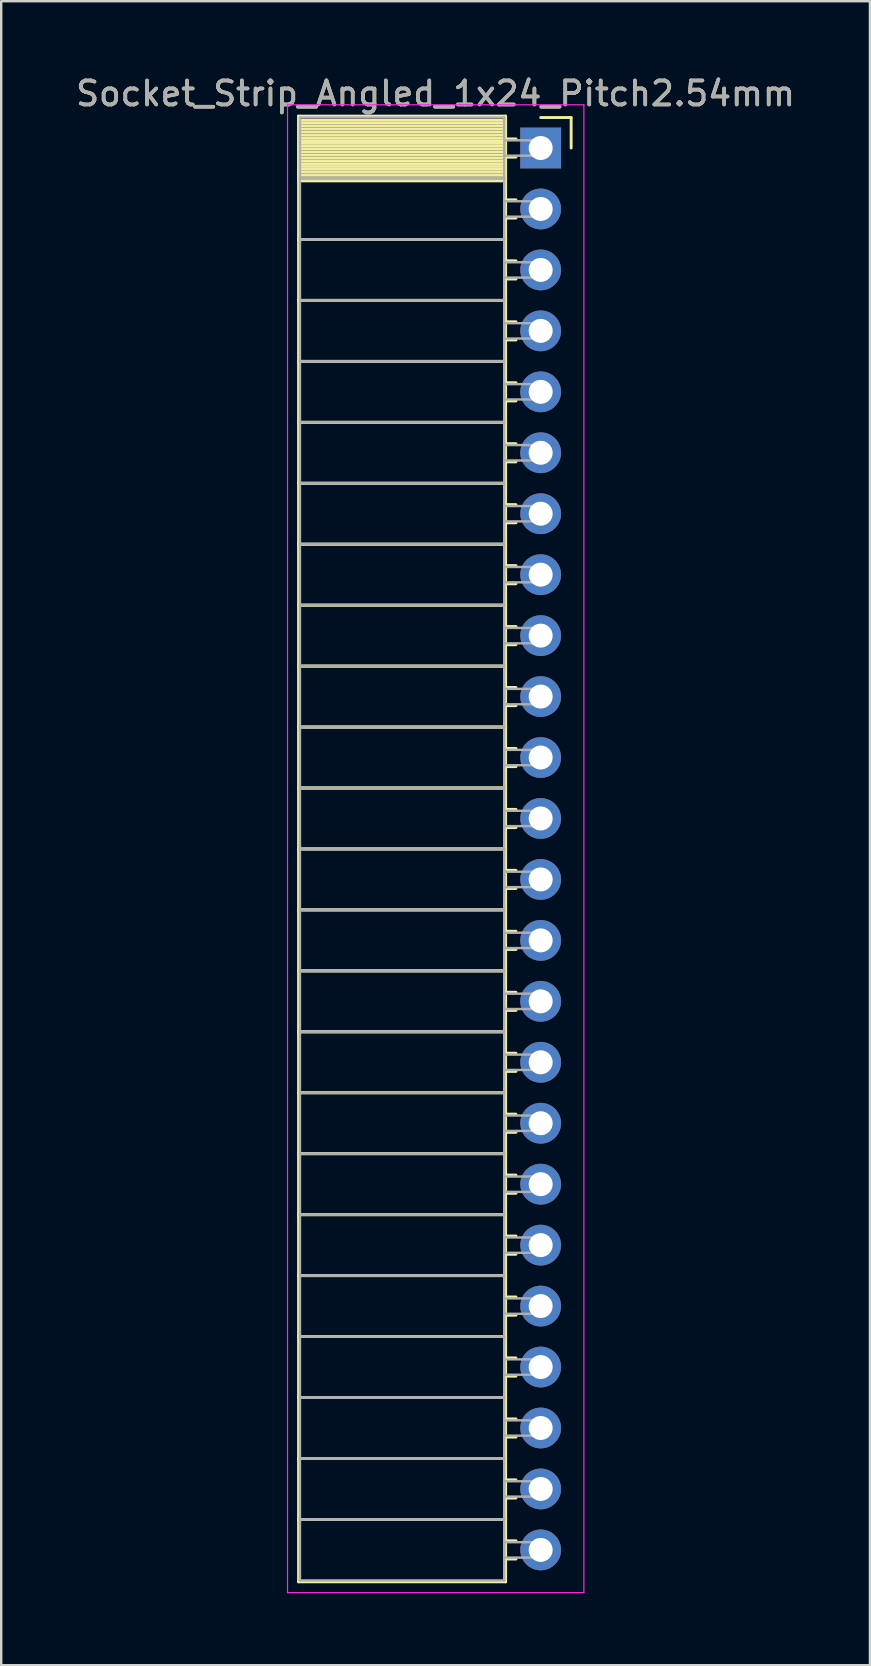
<source format=kicad_pcb>
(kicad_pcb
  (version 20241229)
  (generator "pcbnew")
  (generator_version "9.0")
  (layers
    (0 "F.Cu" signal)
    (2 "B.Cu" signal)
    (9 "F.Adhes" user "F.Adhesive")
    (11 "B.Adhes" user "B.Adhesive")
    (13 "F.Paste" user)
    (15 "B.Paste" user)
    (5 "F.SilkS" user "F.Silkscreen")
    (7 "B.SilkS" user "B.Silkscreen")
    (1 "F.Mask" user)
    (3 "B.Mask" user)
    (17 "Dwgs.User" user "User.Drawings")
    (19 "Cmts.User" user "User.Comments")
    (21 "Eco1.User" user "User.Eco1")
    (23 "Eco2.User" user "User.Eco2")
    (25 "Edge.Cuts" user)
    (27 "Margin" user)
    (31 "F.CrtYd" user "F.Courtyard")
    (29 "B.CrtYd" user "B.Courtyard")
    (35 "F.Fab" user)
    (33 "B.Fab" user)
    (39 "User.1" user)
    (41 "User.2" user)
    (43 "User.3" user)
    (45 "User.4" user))
  (footprint "Socket_Strip_Angled_1x24_Pitch2.54mm"
    (layer "F.Cu")
    (at 19.481 3.118)
    (property "Reference" "Socket_Strip_Angled_1x24_Pitch2.54mm" (at -4.38 -2.27 0) (layer "F.SilkS") (effects (font (size 1 1) (thickness 0.15))))
    (attr through_hole)
    (fp_line (start -10.09 -1.33) (end -1.46 -1.33) (stroke (width 0.12) (type solid)) (layer "F.SilkS"))
    (fp_line (start -10.09 1.27) (end -10.09 -1.33) (stroke (width 0.12) (type solid)) (layer "F.SilkS"))
    (fp_line (start -10.09 1.27) (end -1.46 1.27) (stroke (width 0.12) (type solid)) (layer "F.SilkS"))
    (fp_line (start -10.09 3.81) (end -10.09 1.27) (stroke (width 0.12) (type solid)) (layer "F.SilkS"))
    (fp_line (start -10.09 3.81) (end -1.46 3.81) (stroke (width 0.12) (type solid)) (layer "F.SilkS"))
    (fp_line (start -10.09 6.35) (end -10.09 3.81) (stroke (width 0.12) (type solid)) (layer "F.SilkS"))
    (fp_line (start -10.09 6.35) (end -1.46 6.35) (stroke (width 0.12) (type solid)) (layer "F.SilkS"))
    (fp_line (start -10.09 8.89) (end -10.09 6.35) (stroke (width 0.12) (type solid)) (layer "F.SilkS"))
    (fp_line (start -10.09 8.89) (end -1.46 8.89) (stroke (width 0.12) (type solid)) (layer "F.SilkS"))
    (fp_line (start -10.09 11.43) (end -10.09 8.89) (stroke (width 0.12) (type solid)) (layer "F.SilkS"))
    (fp_line (start -10.09 11.43) (end -1.46 11.43) (stroke (width 0.12) (type solid)) (layer "F.SilkS"))
    (fp_line (start -10.09 13.97) (end -10.09 11.43) (stroke (width 0.12) (type solid)) (layer "F.SilkS"))
    (fp_line (start -10.09 13.97) (end -1.46 13.97) (stroke (width 0.12) (type solid)) (layer "F.SilkS"))
    (fp_line (start -10.09 16.51) (end -10.09 13.97) (stroke (width 0.12) (type solid)) (layer "F.SilkS"))
    (fp_line (start -10.09 16.51) (end -1.46 16.51) (stroke (width 0.12) (type solid)) (layer "F.SilkS"))
    (fp_line (start -10.09 19.05) (end -10.09 16.51) (stroke (width 0.12) (type solid)) (layer "F.SilkS"))
    (fp_line (start -10.09 19.05) (end -1.46 19.05) (stroke (width 0.12) (type solid)) (layer "F.SilkS"))
    (fp_line (start -10.09 21.59) (end -10.09 19.05) (stroke (width 0.12) (type solid)) (layer "F.SilkS"))
    (fp_line (start -10.09 21.59) (end -1.46 21.59) (stroke (width 0.12) (type solid)) (layer "F.SilkS"))
    (fp_line (start -10.09 24.13) (end -10.09 21.59) (stroke (width 0.12) (type solid)) (layer "F.SilkS"))
    (fp_line (start -10.09 24.13) (end -1.46 24.13) (stroke (width 0.12) (type solid)) (layer "F.SilkS"))
    (fp_line (start -10.09 26.67) (end -10.09 24.13) (stroke (width 0.12) (type solid)) (layer "F.SilkS"))
    (fp_line (start -10.09 26.67) (end -1.46 26.67) (stroke (width 0.12) (type solid)) (layer "F.SilkS"))
    (fp_line (start -10.09 29.21) (end -10.09 26.67) (stroke (width 0.12) (type solid)) (layer "F.SilkS"))
    (fp_line (start -10.09 29.21) (end -1.46 29.21) (stroke (width 0.12) (type solid)) (layer "F.SilkS"))
    (fp_line (start -10.09 31.75) (end -10.09 29.21) (stroke (width 0.12) (type solid)) (layer "F.SilkS"))
    (fp_line (start -10.09 31.75) (end -1.46 31.75) (stroke (width 0.12) (type solid)) (layer "F.SilkS"))
    (fp_line (start -10.09 34.29) (end -10.09 31.75) (stroke (width 0.12) (type solid)) (layer "F.SilkS"))
    (fp_line (start -10.09 34.29) (end -1.46 34.29) (stroke (width 0.12) (type solid)) (layer "F.SilkS"))
    (fp_line (start -10.09 36.83) (end -10.09 34.29) (stroke (width 0.12) (type solid)) (layer "F.SilkS"))
    (fp_line (start -10.09 36.83) (end -1.46 36.83) (stroke (width 0.12) (type solid)) (layer "F.SilkS"))
    (fp_line (start -10.09 39.37) (end -10.09 36.83) (stroke (width 0.12) (type solid)) (layer "F.SilkS"))
    (fp_line (start -10.09 39.37) (end -1.46 39.37) (stroke (width 0.12) (type solid)) (layer "F.SilkS"))
    (fp_line (start -10.09 41.91) (end -10.09 39.37) (stroke (width 0.12) (type solid)) (layer "F.SilkS"))
    (fp_line (start -10.09 41.91) (end -1.46 41.91) (stroke (width 0.12) (type solid)) (layer "F.SilkS"))
    (fp_line (start -10.09 44.45) (end -10.09 41.91) (stroke (width 0.12) (type solid)) (layer "F.SilkS"))
    (fp_line (start -10.09 44.45) (end -1.46 44.45) (stroke (width 0.12) (type solid)) (layer "F.SilkS"))
    (fp_line (start -10.09 46.99) (end -10.09 44.45) (stroke (width 0.12) (type solid)) (layer "F.SilkS"))
    (fp_line (start -10.09 46.99) (end -1.46 46.99) (stroke (width 0.12) (type solid)) (layer "F.SilkS"))
    (fp_line (start -10.09 49.53) (end -10.09 46.99) (stroke (width 0.12) (type solid)) (layer "F.SilkS"))
    (fp_line (start -10.09 49.53) (end -1.46 49.53) (stroke (width 0.12) (type solid)) (layer "F.SilkS"))
    (fp_line (start -10.09 52.07) (end -10.09 49.53) (stroke (width 0.12) (type solid)) (layer "F.SilkS"))
    (fp_line (start -10.09 52.07) (end -1.46 52.07) (stroke (width 0.12) (type solid)) (layer "F.SilkS"))
    (fp_line (start -10.09 54.61) (end -10.09 52.07) (stroke (width 0.12) (type solid)) (layer "F.SilkS"))
    (fp_line (start -10.09 54.61) (end -1.46 54.61) (stroke (width 0.12) (type solid)) (layer "F.SilkS"))
    (fp_line (start -10.09 57.15) (end -10.09 54.61) (stroke (width 0.12) (type solid)) (layer "F.SilkS"))
    (fp_line (start -10.09 57.15) (end -1.46 57.15) (stroke (width 0.12) (type solid)) (layer "F.SilkS"))
    (fp_line (start -10.09 59.75) (end -10.09 57.15) (stroke (width 0.12) (type solid)) (layer "F.SilkS"))
    (fp_line (start -1.46 -1.33) (end -1.46 1.27) (stroke (width 0.12) (type solid)) (layer "F.SilkS"))
    (fp_line (start -1.46 -1.15) (end -10.09 -1.15) (stroke (width 0.12) (type solid)) (layer "F.SilkS"))
    (fp_line (start -1.46 -1.03) (end -10.09 -1.03) (stroke (width 0.12) (type solid)) (layer "F.SilkS"))
    (fp_line (start -1.46 -0.91) (end -10.09 -0.91) (stroke (width 0.12) (type solid)) (layer "F.SilkS"))
    (fp_line (start -1.46 -0.79) (end -10.09 -0.79) (stroke (width 0.12) (type solid)) (layer "F.SilkS"))
    (fp_line (start -1.46 -0.67) (end -10.09 -0.67) (stroke (width 0.12) (type solid)) (layer "F.SilkS"))
    (fp_line (start -1.46 -0.55) (end -10.09 -0.55) (stroke (width 0.12) (type solid)) (layer "F.SilkS"))
    (fp_line (start -1.46 -0.43) (end -10.09 -0.43) (stroke (width 0.12) (type solid)) (layer "F.SilkS"))
    (fp_line (start -1.46 -0.31) (end -10.09 -0.31) (stroke (width 0.12) (type solid)) (layer "F.SilkS"))
    (fp_line (start -1.46 -0.19) (end -10.09 -0.19) (stroke (width 0.12) (type solid)) (layer "F.SilkS"))
    (fp_line (start -1.46 -0.07) (end -10.09 -0.07) (stroke (width 0.12) (type solid)) (layer "F.SilkS"))
    (fp_line (start -1.46 0.05) (end -10.09 0.05) (stroke (width 0.12) (type solid)) (layer "F.SilkS"))
    (fp_line (start -1.46 0.17) (end -10.09 0.17) (stroke (width 0.12) (type solid)) (layer "F.SilkS"))
    (fp_line (start -1.46 0.29) (end -10.09 0.29) (stroke (width 0.12) (type solid)) (layer "F.SilkS"))
    (fp_line (start -1.46 0.41) (end -10.09 0.41) (stroke (width 0.12) (type solid)) (layer "F.SilkS"))
    (fp_line (start -1.46 0.53) (end -10.09 0.53) (stroke (width 0.12) (type solid)) (layer "F.SilkS"))
    (fp_line (start -1.46 0.65) (end -10.09 0.65) (stroke (width 0.12) (type solid)) (layer "F.SilkS"))
    (fp_line (start -1.46 0.77) (end -10.09 0.77) (stroke (width 0.12) (type solid)) (layer "F.SilkS"))
    (fp_line (start -1.46 0.89) (end -10.09 0.89) (stroke (width 0.12) (type solid)) (layer "F.SilkS"))
    (fp_line (start -1.46 1.01) (end -10.09 1.01) (stroke (width 0.12) (type solid)) (layer "F.SilkS"))
    (fp_line (start -1.46 1.13) (end -10.09 1.13) (stroke (width 0.12) (type solid)) (layer "F.SilkS"))
    (fp_line (start -1.46 1.25) (end -10.09 1.25) (stroke (width 0.12) (type solid)) (layer "F.SilkS"))
    (fp_line (start -1.46 1.27) (end -10.09 1.27) (stroke (width 0.12) (type solid)) (layer "F.SilkS"))
    (fp_line (start -1.46 1.27) (end -1.46 3.81) (stroke (width 0.12) (type solid)) (layer "F.SilkS"))
    (fp_line (start -1.46 1.37) (end -10.09 1.37) (stroke (width 0.12) (type solid)) (layer "F.SilkS"))
    (fp_line (start -1.46 3.81) (end -10.09 3.81) (stroke (width 0.12) (type solid)) (layer "F.SilkS"))
    (fp_line (start -1.46 3.81) (end -1.46 6.35) (stroke (width 0.12) (type solid)) (layer "F.SilkS"))
    (fp_line (start -1.46 6.35) (end -10.09 6.35) (stroke (width 0.12) (type solid)) (layer "F.SilkS"))
    (fp_line (start -1.46 6.35) (end -1.46 8.89) (stroke (width 0.12) (type solid)) (layer "F.SilkS"))
    (fp_line (start -1.46 8.89) (end -10.09 8.89) (stroke (width 0.12) (type solid)) (layer "F.SilkS"))
    (fp_line (start -1.46 8.89) (end -1.46 11.43) (stroke (width 0.12) (type solid)) (layer "F.SilkS"))
    (fp_line (start -1.46 11.43) (end -10.09 11.43) (stroke (width 0.12) (type solid)) (layer "F.SilkS"))
    (fp_line (start -1.46 11.43) (end -1.46 13.97) (stroke (width 0.12) (type solid)) (layer "F.SilkS"))
    (fp_line (start -1.46 13.97) (end -10.09 13.97) (stroke (width 0.12) (type solid)) (layer "F.SilkS"))
    (fp_line (start -1.46 13.97) (end -1.46 16.51) (stroke (width 0.12) (type solid)) (layer "F.SilkS"))
    (fp_line (start -1.46 16.51) (end -10.09 16.51) (stroke (width 0.12) (type solid)) (layer "F.SilkS"))
    (fp_line (start -1.46 16.51) (end -1.46 19.05) (stroke (width 0.12) (type solid)) (layer "F.SilkS"))
    (fp_line (start -1.46 19.05) (end -10.09 19.05) (stroke (width 0.12) (type solid)) (layer "F.SilkS"))
    (fp_line (start -1.46 19.05) (end -1.46 21.59) (stroke (width 0.12) (type solid)) (layer "F.SilkS"))
    (fp_line (start -1.46 21.59) (end -10.09 21.59) (stroke (width 0.12) (type solid)) (layer "F.SilkS"))
    (fp_line (start -1.46 21.59) (end -1.46 24.13) (stroke (width 0.12) (type solid)) (layer "F.SilkS"))
    (fp_line (start -1.46 24.13) (end -10.09 24.13) (stroke (width 0.12) (type solid)) (layer "F.SilkS"))
    (fp_line (start -1.46 24.13) (end -1.46 26.67) (stroke (width 0.12) (type solid)) (layer "F.SilkS"))
    (fp_line (start -1.46 26.67) (end -10.09 26.67) (stroke (width 0.12) (type solid)) (layer "F.SilkS"))
    (fp_line (start -1.46 26.67) (end -1.46 29.21) (stroke (width 0.12) (type solid)) (layer "F.SilkS"))
    (fp_line (start -1.46 29.21) (end -10.09 29.21) (stroke (width 0.12) (type solid)) (layer "F.SilkS"))
    (fp_line (start -1.46 29.21) (end -1.46 31.75) (stroke (width 0.12) (type solid)) (layer "F.SilkS"))
    (fp_line (start -1.46 31.75) (end -10.09 31.75) (stroke (width 0.12) (type solid)) (layer "F.SilkS"))
    (fp_line (start -1.46 31.75) (end -1.46 34.29) (stroke (width 0.12) (type solid)) (layer "F.SilkS"))
    (fp_line (start -1.46 34.29) (end -10.09 34.29) (stroke (width 0.12) (type solid)) (layer "F.SilkS"))
    (fp_line (start -1.46 34.29) (end -1.46 36.83) (stroke (width 0.12) (type solid)) (layer "F.SilkS"))
    (fp_line (start -1.46 36.83) (end -10.09 36.83) (stroke (width 0.12) (type solid)) (layer "F.SilkS"))
    (fp_line (start -1.46 36.83) (end -1.46 39.37) (stroke (width 0.12) (type solid)) (layer "F.SilkS"))
    (fp_line (start -1.46 39.37) (end -10.09 39.37) (stroke (width 0.12) (type solid)) (layer "F.SilkS"))
    (fp_line (start -1.46 39.37) (end -1.46 41.91) (stroke (width 0.12) (type solid)) (layer "F.SilkS"))
    (fp_line (start -1.46 41.91) (end -10.09 41.91) (stroke (width 0.12) (type solid)) (layer "F.SilkS"))
    (fp_line (start -1.46 41.91) (end -1.46 44.45) (stroke (width 0.12) (type solid)) (layer "F.SilkS"))
    (fp_line (start -1.46 44.45) (end -10.09 44.45) (stroke (width 0.12) (type solid)) (layer "F.SilkS"))
    (fp_line (start -1.46 44.45) (end -1.46 46.99) (stroke (width 0.12) (type solid)) (layer "F.SilkS"))
    (fp_line (start -1.46 46.99) (end -10.09 46.99) (stroke (width 0.12) (type solid)) (layer "F.SilkS"))
    (fp_line (start -1.46 46.99) (end -1.46 49.53) (stroke (width 0.12) (type solid)) (layer "F.SilkS"))
    (fp_line (start -1.46 49.53) (end -10.09 49.53) (stroke (width 0.12) (type solid)) (layer "F.SilkS"))
    (fp_line (start -1.46 49.53) (end -1.46 52.07) (stroke (width 0.12) (type solid)) (layer "F.SilkS"))
    (fp_line (start -1.46 52.07) (end -10.09 52.07) (stroke (width 0.12) (type solid)) (layer "F.SilkS"))
    (fp_line (start -1.46 52.07) (end -1.46 54.61) (stroke (width 0.12) (type solid)) (layer "F.SilkS"))
    (fp_line (start -1.46 54.61) (end -10.09 54.61) (stroke (width 0.12) (type solid)) (layer "F.SilkS"))
    (fp_line (start -1.46 54.61) (end -1.46 57.15) (stroke (width 0.12) (type solid)) (layer "F.SilkS"))
    (fp_line (start -1.46 57.15) (end -10.09 57.15) (stroke (width 0.12) (type solid)) (layer "F.SilkS"))
    (fp_line (start -1.46 57.15) (end -1.46 59.75) (stroke (width 0.12) (type solid)) (layer "F.SilkS"))
    (fp_line (start -1.46 59.75) (end -10.09 59.75) (stroke (width 0.12) (type solid)) (layer "F.SilkS"))
    (fp_line (start -1.03 -0.38) (end -1.46 -0.38) (stroke (width 0.12) (type solid)) (layer "F.SilkS"))
    (fp_line (start -1.03 0.38) (end -1.46 0.38) (stroke (width 0.12) (type solid)) (layer "F.SilkS"))
    (fp_line (start -1.03 2.16) (end -1.46 2.16) (stroke (width 0.12) (type solid)) (layer "F.SilkS"))
    (fp_line (start -1.03 2.92) (end -1.46 2.92) (stroke (width 0.12) (type solid)) (layer "F.SilkS"))
    (fp_line (start -1.03 4.7) (end -1.46 4.7) (stroke (width 0.12) (type solid)) (layer "F.SilkS"))
    (fp_line (start -1.03 5.46) (end -1.46 5.46) (stroke (width 0.12) (type solid)) (layer "F.SilkS"))
    (fp_line (start -1.03 7.24) (end -1.46 7.24) (stroke (width 0.12) (type solid)) (layer "F.SilkS"))
    (fp_line (start -1.03 8) (end -1.46 8) (stroke (width 0.12) (type solid)) (layer "F.SilkS"))
    (fp_line (start -1.03 9.78) (end -1.46 9.78) (stroke (width 0.12) (type solid)) (layer "F.SilkS"))
    (fp_line (start -1.03 10.54) (end -1.46 10.54) (stroke (width 0.12) (type solid)) (layer "F.SilkS"))
    (fp_line (start -1.03 12.32) (end -1.46 12.32) (stroke (width 0.12) (type solid)) (layer "F.SilkS"))
    (fp_line (start -1.03 13.08) (end -1.46 13.08) (stroke (width 0.12) (type solid)) (layer "F.SilkS"))
    (fp_line (start -1.03 14.86) (end -1.46 14.86) (stroke (width 0.12) (type solid)) (layer "F.SilkS"))
    (fp_line (start -1.03 15.62) (end -1.46 15.62) (stroke (width 0.12) (type solid)) (layer "F.SilkS"))
    (fp_line (start -1.03 17.4) (end -1.46 17.4) (stroke (width 0.12) (type solid)) (layer "F.SilkS"))
    (fp_line (start -1.03 18.16) (end -1.46 18.16) (stroke (width 0.12) (type solid)) (layer "F.SilkS"))
    (fp_line (start -1.03 19.94) (end -1.46 19.94) (stroke (width 0.12) (type solid)) (layer "F.SilkS"))
    (fp_line (start -1.03 20.7) (end -1.46 20.7) (stroke (width 0.12) (type solid)) (layer "F.SilkS"))
    (fp_line (start -1.03 22.48) (end -1.46 22.48) (stroke (width 0.12) (type solid)) (layer "F.SilkS"))
    (fp_line (start -1.03 23.24) (end -1.46 23.24) (stroke (width 0.12) (type solid)) (layer "F.SilkS"))
    (fp_line (start -1.03 25.02) (end -1.46 25.02) (stroke (width 0.12) (type solid)) (layer "F.SilkS"))
    (fp_line (start -1.03 25.78) (end -1.46 25.78) (stroke (width 0.12) (type solid)) (layer "F.SilkS"))
    (fp_line (start -1.03 27.56) (end -1.46 27.56) (stroke (width 0.12) (type solid)) (layer "F.SilkS"))
    (fp_line (start -1.03 28.32) (end -1.46 28.32) (stroke (width 0.12) (type solid)) (layer "F.SilkS"))
    (fp_line (start -1.03 30.1) (end -1.46 30.1) (stroke (width 0.12) (type solid)) (layer "F.SilkS"))
    (fp_line (start -1.03 30.86) (end -1.46 30.86) (stroke (width 0.12) (type solid)) (layer "F.SilkS"))
    (fp_line (start -1.03 32.64) (end -1.46 32.64) (stroke (width 0.12) (type solid)) (layer "F.SilkS"))
    (fp_line (start -1.03 33.4) (end -1.46 33.4) (stroke (width 0.12) (type solid)) (layer "F.SilkS"))
    (fp_line (start -1.03 35.18) (end -1.46 35.18) (stroke (width 0.12) (type solid)) (layer "F.SilkS"))
    (fp_line (start -1.03 35.94) (end -1.46 35.94) (stroke (width 0.12) (type solid)) (layer "F.SilkS"))
    (fp_line (start -1.03 37.72) (end -1.46 37.72) (stroke (width 0.12) (type solid)) (layer "F.SilkS"))
    (fp_line (start -1.03 38.48) (end -1.46 38.48) (stroke (width 0.12) (type solid)) (layer "F.SilkS"))
    (fp_line (start -1.03 40.26) (end -1.46 40.26) (stroke (width 0.12) (type solid)) (layer "F.SilkS"))
    (fp_line (start -1.03 41.02) (end -1.46 41.02) (stroke (width 0.12) (type solid)) (layer "F.SilkS"))
    (fp_line (start -1.03 42.8) (end -1.46 42.8) (stroke (width 0.12) (type solid)) (layer "F.SilkS"))
    (fp_line (start -1.03 43.56) (end -1.46 43.56) (stroke (width 0.12) (type solid)) (layer "F.SilkS"))
    (fp_line (start -1.03 45.34) (end -1.46 45.34) (stroke (width 0.12) (type solid)) (layer "F.SilkS"))
    (fp_line (start -1.03 46.1) (end -1.46 46.1) (stroke (width 0.12) (type solid)) (layer "F.SilkS"))
    (fp_line (start -1.03 47.88) (end -1.46 47.88) (stroke (width 0.12) (type solid)) (layer "F.SilkS"))
    (fp_line (start -1.03 48.64) (end -1.46 48.64) (stroke (width 0.12) (type solid)) (layer "F.SilkS"))
    (fp_line (start -1.03 50.42) (end -1.46 50.42) (stroke (width 0.12) (type solid)) (layer "F.SilkS"))
    (fp_line (start -1.03 51.18) (end -1.46 51.18) (stroke (width 0.12) (type solid)) (layer "F.SilkS"))
    (fp_line (start -1.03 52.96) (end -1.46 52.96) (stroke (width 0.12) (type solid)) (layer "F.SilkS"))
    (fp_line (start -1.03 53.72) (end -1.46 53.72) (stroke (width 0.12) (type solid)) (layer "F.SilkS"))
    (fp_line (start -1.03 55.5) (end -1.46 55.5) (stroke (width 0.12) (type solid)) (layer "F.SilkS"))
    (fp_line (start -1.03 56.26) (end -1.46 56.26) (stroke (width 0.12) (type solid)) (layer "F.SilkS"))
    (fp_line (start -1.03 58.04) (end -1.46 58.04) (stroke (width 0.12) (type solid)) (layer "F.SilkS"))
    (fp_line (start -1.03 58.8) (end -1.46 58.8) (stroke (width 0.12) (type solid)) (layer "F.SilkS"))
    (fp_line (start 0 -1.27) (end 1.27 -1.27) (stroke (width 0.12) (type solid)) (layer "F.SilkS"))
    (fp_line (start 1.27 -1.27) (end 1.27 0) (stroke (width 0.12) (type solid)) (layer "F.SilkS"))
    (fp_line (start -10.55 -1.8) (end 1.8 -1.8) (stroke (width 0.05) (type solid)) (layer "F.CrtYd"))
    (fp_line (start -10.55 60.2) (end -10.55 -1.8) (stroke (width 0.05) (type solid)) (layer "F.CrtYd"))
    (fp_line (start 1.8 -1.8) (end 1.8 60.2) (stroke (width 0.05) (type solid)) (layer "F.CrtYd"))
    (fp_line (start 1.8 60.2) (end -10.55 60.2) (stroke (width 0.05) (type solid)) (layer "F.CrtYd"))
    (fp_line (start -10.03 -1.27) (end -1.52 -1.27) (stroke (width 0.1) (type solid)) (layer "F.Fab"))
    (fp_line (start -10.03 1.27) (end -10.03 -1.27) (stroke (width 0.1) (type solid)) (layer "F.Fab"))
    (fp_line (start -10.03 1.27) (end -1.52 1.27) (stroke (width 0.1) (type solid)) (layer "F.Fab"))
    (fp_line (start -10.03 3.81) (end -10.03 1.27) (stroke (width 0.1) (type solid)) (layer "F.Fab"))
    (fp_line (start -10.03 3.81) (end -1.52 3.81) (stroke (width 0.1) (type solid)) (layer "F.Fab"))
    (fp_line (start -10.03 6.35) (end -10.03 3.81) (stroke (width 0.1) (type solid)) (layer "F.Fab"))
    (fp_line (start -10.03 6.35) (end -1.52 6.35) (stroke (width 0.1) (type solid)) (layer "F.Fab"))
    (fp_line (start -10.03 8.89) (end -10.03 6.35) (stroke (width 0.1) (type solid)) (layer "F.Fab"))
    (fp_line (start -10.03 8.89) (end -1.52 8.89) (stroke (width 0.1) (type solid)) (layer "F.Fab"))
    (fp_line (start -10.03 11.43) (end -10.03 8.89) (stroke (width 0.1) (type solid)) (layer "F.Fab"))
    (fp_line (start -10.03 11.43) (end -1.52 11.43) (stroke (width 0.1) (type solid)) (layer "F.Fab"))
    (fp_line (start -10.03 13.97) (end -10.03 11.43) (stroke (width 0.1) (type solid)) (layer "F.Fab"))
    (fp_line (start -10.03 13.97) (end -1.52 13.97) (stroke (width 0.1) (type solid)) (layer "F.Fab"))
    (fp_line (start -10.03 16.51) (end -10.03 13.97) (stroke (width 0.1) (type solid)) (layer "F.Fab"))
    (fp_line (start -10.03 16.51) (end -1.52 16.51) (stroke (width 0.1) (type solid)) (layer "F.Fab"))
    (fp_line (start -10.03 19.05) (end -10.03 16.51) (stroke (width 0.1) (type solid)) (layer "F.Fab"))
    (fp_line (start -10.03 19.05) (end -1.52 19.05) (stroke (width 0.1) (type solid)) (layer "F.Fab"))
    (fp_line (start -10.03 21.59) (end -10.03 19.05) (stroke (width 0.1) (type solid)) (layer "F.Fab"))
    (fp_line (start -10.03 21.59) (end -1.52 21.59) (stroke (width 0.1) (type solid)) (layer "F.Fab"))
    (fp_line (start -10.03 24.13) (end -10.03 21.59) (stroke (width 0.1) (type solid)) (layer "F.Fab"))
    (fp_line (start -10.03 24.13) (end -1.52 24.13) (stroke (width 0.1) (type solid)) (layer "F.Fab"))
    (fp_line (start -10.03 26.67) (end -10.03 24.13) (stroke (width 0.1) (type solid)) (layer "F.Fab"))
    (fp_line (start -10.03 26.67) (end -1.52 26.67) (stroke (width 0.1) (type solid)) (layer "F.Fab"))
    (fp_line (start -10.03 29.21) (end -10.03 26.67) (stroke (width 0.1) (type solid)) (layer "F.Fab"))
    (fp_line (start -10.03 29.21) (end -1.52 29.21) (stroke (width 0.1) (type solid)) (layer "F.Fab"))
    (fp_line (start -10.03 31.75) (end -10.03 29.21) (stroke (width 0.1) (type solid)) (layer "F.Fab"))
    (fp_line (start -10.03 31.75) (end -1.52 31.75) (stroke (width 0.1) (type solid)) (layer "F.Fab"))
    (fp_line (start -10.03 34.29) (end -10.03 31.75) (stroke (width 0.1) (type solid)) (layer "F.Fab"))
    (fp_line (start -10.03 34.29) (end -1.52 34.29) (stroke (width 0.1) (type solid)) (layer "F.Fab"))
    (fp_line (start -10.03 36.83) (end -10.03 34.29) (stroke (width 0.1) (type solid)) (layer "F.Fab"))
    (fp_line (start -10.03 36.83) (end -1.52 36.83) (stroke (width 0.1) (type solid)) (layer "F.Fab"))
    (fp_line (start -10.03 39.37) (end -10.03 36.83) (stroke (width 0.1) (type solid)) (layer "F.Fab"))
    (fp_line (start -10.03 39.37) (end -1.52 39.37) (stroke (width 0.1) (type solid)) (layer "F.Fab"))
    (fp_line (start -10.03 41.91) (end -10.03 39.37) (stroke (width 0.1) (type solid)) (layer "F.Fab"))
    (fp_line (start -10.03 41.91) (end -1.52 41.91) (stroke (width 0.1) (type solid)) (layer "F.Fab"))
    (fp_line (start -10.03 44.45) (end -10.03 41.91) (stroke (width 0.1) (type solid)) (layer "F.Fab"))
    (fp_line (start -10.03 44.45) (end -1.52 44.45) (stroke (width 0.1) (type solid)) (layer "F.Fab"))
    (fp_line (start -10.03 46.99) (end -10.03 44.45) (stroke (width 0.1) (type solid)) (layer "F.Fab"))
    (fp_line (start -10.03 46.99) (end -1.52 46.99) (stroke (width 0.1) (type solid)) (layer "F.Fab"))
    (fp_line (start -10.03 49.53) (end -10.03 46.99) (stroke (width 0.1) (type solid)) (layer "F.Fab"))
    (fp_line (start -10.03 49.53) (end -1.52 49.53) (stroke (width 0.1) (type solid)) (layer "F.Fab"))
    (fp_line (start -10.03 52.07) (end -10.03 49.53) (stroke (width 0.1) (type solid)) (layer "F.Fab"))
    (fp_line (start -10.03 52.07) (end -1.52 52.07) (stroke (width 0.1) (type solid)) (layer "F.Fab"))
    (fp_line (start -10.03 54.61) (end -10.03 52.07) (stroke (width 0.1) (type solid)) (layer "F.Fab"))
    (fp_line (start -10.03 54.61) (end -1.52 54.61) (stroke (width 0.1) (type solid)) (layer "F.Fab"))
    (fp_line (start -10.03 57.15) (end -10.03 54.61) (stroke (width 0.1) (type solid)) (layer "F.Fab"))
    (fp_line (start -10.03 57.15) (end -1.52 57.15) (stroke (width 0.1) (type solid)) (layer "F.Fab"))
    (fp_line (start -10.03 59.69) (end -10.03 57.15) (stroke (width 0.1) (type solid)) (layer "F.Fab"))
    (fp_line (start -1.52 -1.27) (end -1.52 1.27) (stroke (width 0.1) (type solid)) (layer "F.Fab"))
    (fp_line (start -1.52 -0.32) (end 0 -0.32) (stroke (width 0.1) (type solid)) (layer "F.Fab"))
    (fp_line (start -1.52 0.32) (end -1.52 -0.32) (stroke (width 0.1) (type solid)) (layer "F.Fab"))
    (fp_line (start -1.52 1.27) (end -10.03 1.27) (stroke (width 0.1) (type solid)) (layer "F.Fab"))
    (fp_line (start -1.52 1.27) (end -1.52 3.81) (stroke (width 0.1) (type solid)) (layer "F.Fab"))
    (fp_line (start -1.52 2.22) (end 0 2.22) (stroke (width 0.1) (type solid)) (layer "F.Fab"))
    (fp_line (start -1.52 2.86) (end -1.52 2.22) (stroke (width 0.1) (type solid)) (layer "F.Fab"))
    (fp_line (start -1.52 3.81) (end -10.03 3.81) (stroke (width 0.1) (type solid)) (layer "F.Fab"))
    (fp_line (start -1.52 3.81) (end -1.52 6.35) (stroke (width 0.1) (type solid)) (layer "F.Fab"))
    (fp_line (start -1.52 4.76) (end 0 4.76) (stroke (width 0.1) (type solid)) (layer "F.Fab"))
    (fp_line (start -1.52 5.4) (end -1.52 4.76) (stroke (width 0.1) (type solid)) (layer "F.Fab"))
    (fp_line (start -1.52 6.35) (end -10.03 6.35) (stroke (width 0.1) (type solid)) (layer "F.Fab"))
    (fp_line (start -1.52 6.35) (end -1.52 8.89) (stroke (width 0.1) (type solid)) (layer "F.Fab"))
    (fp_line (start -1.52 7.3) (end 0 7.3) (stroke (width 0.1) (type solid)) (layer "F.Fab"))
    (fp_line (start -1.52 7.94) (end -1.52 7.3) (stroke (width 0.1) (type solid)) (layer "F.Fab"))
    (fp_line (start -1.52 8.89) (end -10.03 8.89) (stroke (width 0.1) (type solid)) (layer "F.Fab"))
    (fp_line (start -1.52 8.89) (end -1.52 11.43) (stroke (width 0.1) (type solid)) (layer "F.Fab"))
    (fp_line (start -1.52 9.84) (end 0 9.84) (stroke (width 0.1) (type solid)) (layer "F.Fab"))
    (fp_line (start -1.52 10.48) (end -1.52 9.84) (stroke (width 0.1) (type solid)) (layer "F.Fab"))
    (fp_line (start -1.52 11.43) (end -10.03 11.43) (stroke (width 0.1) (type solid)) (layer "F.Fab"))
    (fp_line (start -1.52 11.43) (end -1.52 13.97) (stroke (width 0.1) (type solid)) (layer "F.Fab"))
    (fp_line (start -1.52 12.38) (end 0 12.38) (stroke (width 0.1) (type solid)) (layer "F.Fab"))
    (fp_line (start -1.52 13.02) (end -1.52 12.38) (stroke (width 0.1) (type solid)) (layer "F.Fab"))
    (fp_line (start -1.52 13.97) (end -10.03 13.97) (stroke (width 0.1) (type solid)) (layer "F.Fab"))
    (fp_line (start -1.52 13.97) (end -1.52 16.51) (stroke (width 0.1) (type solid)) (layer "F.Fab"))
    (fp_line (start -1.52 14.92) (end 0 14.92) (stroke (width 0.1) (type solid)) (layer "F.Fab"))
    (fp_line (start -1.52 15.56) (end -1.52 14.92) (stroke (width 0.1) (type solid)) (layer "F.Fab"))
    (fp_line (start -1.52 16.51) (end -10.03 16.51) (stroke (width 0.1) (type solid)) (layer "F.Fab"))
    (fp_line (start -1.52 16.51) (end -1.52 19.05) (stroke (width 0.1) (type solid)) (layer "F.Fab"))
    (fp_line (start -1.52 17.46) (end 0 17.46) (stroke (width 0.1) (type solid)) (layer "F.Fab"))
    (fp_line (start -1.52 18.1) (end -1.52 17.46) (stroke (width 0.1) (type solid)) (layer "F.Fab"))
    (fp_line (start -1.52 19.05) (end -10.03 19.05) (stroke (width 0.1) (type solid)) (layer "F.Fab"))
    (fp_line (start -1.52 19.05) (end -1.52 21.59) (stroke (width 0.1) (type solid)) (layer "F.Fab"))
    (fp_line (start -1.52 20) (end 0 20) (stroke (width 0.1) (type solid)) (layer "F.Fab"))
    (fp_line (start -1.52 20.64) (end -1.52 20) (stroke (width 0.1) (type solid)) (layer "F.Fab"))
    (fp_line (start -1.52 21.59) (end -10.03 21.59) (stroke (width 0.1) (type solid)) (layer "F.Fab"))
    (fp_line (start -1.52 21.59) (end -1.52 24.13) (stroke (width 0.1) (type solid)) (layer "F.Fab"))
    (fp_line (start -1.52 22.54) (end 0 22.54) (stroke (width 0.1) (type solid)) (layer "F.Fab"))
    (fp_line (start -1.52 23.18) (end -1.52 22.54) (stroke (width 0.1) (type solid)) (layer "F.Fab"))
    (fp_line (start -1.52 24.13) (end -10.03 24.13) (stroke (width 0.1) (type solid)) (layer "F.Fab"))
    (fp_line (start -1.52 24.13) (end -1.52 26.67) (stroke (width 0.1) (type solid)) (layer "F.Fab"))
    (fp_line (start -1.52 25.08) (end 0 25.08) (stroke (width 0.1) (type solid)) (layer "F.Fab"))
    (fp_line (start -1.52 25.72) (end -1.52 25.08) (stroke (width 0.1) (type solid)) (layer "F.Fab"))
    (fp_line (start -1.52 26.67) (end -10.03 26.67) (stroke (width 0.1) (type solid)) (layer "F.Fab"))
    (fp_line (start -1.52 26.67) (end -1.52 29.21) (stroke (width 0.1) (type solid)) (layer "F.Fab"))
    (fp_line (start -1.52 27.62) (end 0 27.62) (stroke (width 0.1) (type solid)) (layer "F.Fab"))
    (fp_line (start -1.52 28.26) (end -1.52 27.62) (stroke (width 0.1) (type solid)) (layer "F.Fab"))
    (fp_line (start -1.52 29.21) (end -10.03 29.21) (stroke (width 0.1) (type solid)) (layer "F.Fab"))
    (fp_line (start -1.52 29.21) (end -1.52 31.75) (stroke (width 0.1) (type solid)) (layer "F.Fab"))
    (fp_line (start -1.52 30.16) (end 0 30.16) (stroke (width 0.1) (type solid)) (layer "F.Fab"))
    (fp_line (start -1.52 30.8) (end -1.52 30.16) (stroke (width 0.1) (type solid)) (layer "F.Fab"))
    (fp_line (start -1.52 31.75) (end -10.03 31.75) (stroke (width 0.1) (type solid)) (layer "F.Fab"))
    (fp_line (start -1.52 31.75) (end -1.52 34.29) (stroke (width 0.1) (type solid)) (layer "F.Fab"))
    (fp_line (start -1.52 32.7) (end 0 32.7) (stroke (width 0.1) (type solid)) (layer "F.Fab"))
    (fp_line (start -1.52 33.34) (end -1.52 32.7) (stroke (width 0.1) (type solid)) (layer "F.Fab"))
    (fp_line (start -1.52 34.29) (end -10.03 34.29) (stroke (width 0.1) (type solid)) (layer "F.Fab"))
    (fp_line (start -1.52 34.29) (end -1.52 36.83) (stroke (width 0.1) (type solid)) (layer "F.Fab"))
    (fp_line (start -1.52 35.24) (end 0 35.24) (stroke (width 0.1) (type solid)) (layer "F.Fab"))
    (fp_line (start -1.52 35.88) (end -1.52 35.24) (stroke (width 0.1) (type solid)) (layer "F.Fab"))
    (fp_line (start -1.52 36.83) (end -10.03 36.83) (stroke (width 0.1) (type solid)) (layer "F.Fab"))
    (fp_line (start -1.52 36.83) (end -1.52 39.37) (stroke (width 0.1) (type solid)) (layer "F.Fab"))
    (fp_line (start -1.52 37.78) (end 0 37.78) (stroke (width 0.1) (type solid)) (layer "F.Fab"))
    (fp_line (start -1.52 38.42) (end -1.52 37.78) (stroke (width 0.1) (type solid)) (layer "F.Fab"))
    (fp_line (start -1.52 39.37) (end -10.03 39.37) (stroke (width 0.1) (type solid)) (layer "F.Fab"))
    (fp_line (start -1.52 39.37) (end -1.52 41.91) (stroke (width 0.1) (type solid)) (layer "F.Fab"))
    (fp_line (start -1.52 40.32) (end 0 40.32) (stroke (width 0.1) (type solid)) (layer "F.Fab"))
    (fp_line (start -1.52 40.96) (end -1.52 40.32) (stroke (width 0.1) (type solid)) (layer "F.Fab"))
    (fp_line (start -1.52 41.91) (end -10.03 41.91) (stroke (width 0.1) (type solid)) (layer "F.Fab"))
    (fp_line (start -1.52 41.91) (end -1.52 44.45) (stroke (width 0.1) (type solid)) (layer "F.Fab"))
    (fp_line (start -1.52 42.86) (end 0 42.86) (stroke (width 0.1) (type solid)) (layer "F.Fab"))
    (fp_line (start -1.52 43.5) (end -1.52 42.86) (stroke (width 0.1) (type solid)) (layer "F.Fab"))
    (fp_line (start -1.52 44.45) (end -10.03 44.45) (stroke (width 0.1) (type solid)) (layer "F.Fab"))
    (fp_line (start -1.52 44.45) (end -1.52 46.99) (stroke (width 0.1) (type solid)) (layer "F.Fab"))
    (fp_line (start -1.52 45.4) (end 0 45.4) (stroke (width 0.1) (type solid)) (layer "F.Fab"))
    (fp_line (start -1.52 46.04) (end -1.52 45.4) (stroke (width 0.1) (type solid)) (layer "F.Fab"))
    (fp_line (start -1.52 46.99) (end -10.03 46.99) (stroke (width 0.1) (type solid)) (layer "F.Fab"))
    (fp_line (start -1.52 46.99) (end -1.52 49.53) (stroke (width 0.1) (type solid)) (layer "F.Fab"))
    (fp_line (start -1.52 47.94) (end 0 47.94) (stroke (width 0.1) (type solid)) (layer "F.Fab"))
    (fp_line (start -1.52 48.58) (end -1.52 47.94) (stroke (width 0.1) (type solid)) (layer "F.Fab"))
    (fp_line (start -1.52 49.53) (end -10.03 49.53) (stroke (width 0.1) (type solid)) (layer "F.Fab"))
    (fp_line (start -1.52 49.53) (end -1.52 52.07) (stroke (width 0.1) (type solid)) (layer "F.Fab"))
    (fp_line (start -1.52 50.48) (end 0 50.48) (stroke (width 0.1) (type solid)) (layer "F.Fab"))
    (fp_line (start -1.52 51.12) (end -1.52 50.48) (stroke (width 0.1) (type solid)) (layer "F.Fab"))
    (fp_line (start -1.52 52.07) (end -10.03 52.07) (stroke (width 0.1) (type solid)) (layer "F.Fab"))
    (fp_line (start -1.52 52.07) (end -1.52 54.61) (stroke (width 0.1) (type solid)) (layer "F.Fab"))
    (fp_line (start -1.52 53.02) (end 0 53.02) (stroke (width 0.1) (type solid)) (layer "F.Fab"))
    (fp_line (start -1.52 53.66) (end -1.52 53.02) (stroke (width 0.1) (type solid)) (layer "F.Fab"))
    (fp_line (start -1.52 54.61) (end -10.03 54.61) (stroke (width 0.1) (type solid)) (layer "F.Fab"))
    (fp_line (start -1.52 54.61) (end -1.52 57.15) (stroke (width 0.1) (type solid)) (layer "F.Fab"))
    (fp_line (start -1.52 55.56) (end 0 55.56) (stroke (width 0.1) (type solid)) (layer "F.Fab"))
    (fp_line (start -1.52 56.2) (end -1.52 55.56) (stroke (width 0.1) (type solid)) (layer "F.Fab"))
    (fp_line (start -1.52 57.15) (end -10.03 57.15) (stroke (width 0.1) (type solid)) (layer "F.Fab"))
    (fp_line (start -1.52 57.15) (end -1.52 59.69) (stroke (width 0.1) (type solid)) (layer "F.Fab"))
    (fp_line (start -1.52 58.1) (end 0 58.1) (stroke (width 0.1) (type solid)) (layer "F.Fab"))
    (fp_line (start -1.52 58.74) (end -1.52 58.1) (stroke (width 0.1) (type solid)) (layer "F.Fab"))
    (fp_line (start -1.52 59.69) (end -10.03 59.69) (stroke (width 0.1) (type solid)) (layer "F.Fab"))
    (fp_line (start 0 -0.32) (end 0 0.32) (stroke (width 0.1) (type solid)) (layer "F.Fab"))
    (fp_line (start 0 0.32) (end -1.52 0.32) (stroke (width 0.1) (type solid)) (layer "F.Fab"))
    (fp_line (start 0 2.22) (end 0 2.86) (stroke (width 0.1) (type solid)) (layer "F.Fab"))
    (fp_line (start 0 2.86) (end -1.52 2.86) (stroke (width 0.1) (type solid)) (layer "F.Fab"))
    (fp_line (start 0 4.76) (end 0 5.4) (stroke (width 0.1) (type solid)) (layer "F.Fab"))
    (fp_line (start 0 5.4) (end -1.52 5.4) (stroke (width 0.1) (type solid)) (layer "F.Fab"))
    (fp_line (start 0 7.3) (end 0 7.94) (stroke (width 0.1) (type solid)) (layer "F.Fab"))
    (fp_line (start 0 7.94) (end -1.52 7.94) (stroke (width 0.1) (type solid)) (layer "F.Fab"))
    (fp_line (start 0 9.84) (end 0 10.48) (stroke (width 0.1) (type solid)) (layer "F.Fab"))
    (fp_line (start 0 10.48) (end -1.52 10.48) (stroke (width 0.1) (type solid)) (layer "F.Fab"))
    (fp_line (start 0 12.38) (end 0 13.02) (stroke (width 0.1) (type solid)) (layer "F.Fab"))
    (fp_line (start 0 13.02) (end -1.52 13.02) (stroke (width 0.1) (type solid)) (layer "F.Fab"))
    (fp_line (start 0 14.92) (end 0 15.56) (stroke (width 0.1) (type solid)) (layer "F.Fab"))
    (fp_line (start 0 15.56) (end -1.52 15.56) (stroke (width 0.1) (type solid)) (layer "F.Fab"))
    (fp_line (start 0 17.46) (end 0 18.1) (stroke (width 0.1) (type solid)) (layer "F.Fab"))
    (fp_line (start 0 18.1) (end -1.52 18.1) (stroke (width 0.1) (type solid)) (layer "F.Fab"))
    (fp_line (start 0 20) (end 0 20.64) (stroke (width 0.1) (type solid)) (layer "F.Fab"))
    (fp_line (start 0 20.64) (end -1.52 20.64) (stroke (width 0.1) (type solid)) (layer "F.Fab"))
    (fp_line (start 0 22.54) (end 0 23.18) (stroke (width 0.1) (type solid)) (layer "F.Fab"))
    (fp_line (start 0 23.18) (end -1.52 23.18) (stroke (width 0.1) (type solid)) (layer "F.Fab"))
    (fp_line (start 0 25.08) (end 0 25.72) (stroke (width 0.1) (type solid)) (layer "F.Fab"))
    (fp_line (start 0 25.72) (end -1.52 25.72) (stroke (width 0.1) (type solid)) (layer "F.Fab"))
    (fp_line (start 0 27.62) (end 0 28.26) (stroke (width 0.1) (type solid)) (layer "F.Fab"))
    (fp_line (start 0 28.26) (end -1.52 28.26) (stroke (width 0.1) (type solid)) (layer "F.Fab"))
    (fp_line (start 0 30.16) (end 0 30.8) (stroke (width 0.1) (type solid)) (layer "F.Fab"))
    (fp_line (start 0 30.8) (end -1.52 30.8) (stroke (width 0.1) (type solid)) (layer "F.Fab"))
    (fp_line (start 0 32.7) (end 0 33.34) (stroke (width 0.1) (type solid)) (layer "F.Fab"))
    (fp_line (start 0 33.34) (end -1.52 33.34) (stroke (width 0.1) (type solid)) (layer "F.Fab"))
    (fp_line (start 0 35.24) (end 0 35.88) (stroke (width 0.1) (type solid)) (layer "F.Fab"))
    (fp_line (start 0 35.88) (end -1.52 35.88) (stroke (width 0.1) (type solid)) (layer "F.Fab"))
    (fp_line (start 0 37.78) (end 0 38.42) (stroke (width 0.1) (type solid)) (layer "F.Fab"))
    (fp_line (start 0 38.42) (end -1.52 38.42) (stroke (width 0.1) (type solid)) (layer "F.Fab"))
    (fp_line (start 0 40.32) (end 0 40.96) (stroke (width 0.1) (type solid)) (layer "F.Fab"))
    (fp_line (start 0 40.96) (end -1.52 40.96) (stroke (width 0.1) (type solid)) (layer "F.Fab"))
    (fp_line (start 0 42.86) (end 0 43.5) (stroke (width 0.1) (type solid)) (layer "F.Fab"))
    (fp_line (start 0 43.5) (end -1.52 43.5) (stroke (width 0.1) (type solid)) (layer "F.Fab"))
    (fp_line (start 0 45.4) (end 0 46.04) (stroke (width 0.1) (type solid)) (layer "F.Fab"))
    (fp_line (start 0 46.04) (end -1.52 46.04) (stroke (width 0.1) (type solid)) (layer "F.Fab"))
    (fp_line (start 0 47.94) (end 0 48.58) (stroke (width 0.1) (type solid)) (layer "F.Fab"))
    (fp_line (start 0 48.58) (end -1.52 48.58) (stroke (width 0.1) (type solid)) (layer "F.Fab"))
    (fp_line (start 0 50.48) (end 0 51.12) (stroke (width 0.1) (type solid)) (layer "F.Fab"))
    (fp_line (start 0 51.12) (end -1.52 51.12) (stroke (width 0.1) (type solid)) (layer "F.Fab"))
    (fp_line (start 0 53.02) (end 0 53.66) (stroke (width 0.1) (type solid)) (layer "F.Fab"))
    (fp_line (start 0 53.66) (end -1.52 53.66) (stroke (width 0.1) (type solid)) (layer "F.Fab"))
    (fp_line (start 0 55.56) (end 0 56.2) (stroke (width 0.1) (type solid)) (layer "F.Fab"))
    (fp_line (start 0 56.2) (end -1.52 56.2) (stroke (width 0.1) (type solid)) (layer "F.Fab"))
    (fp_line (start 0 58.1) (end 0 58.74) (stroke (width 0.1) (type solid)) (layer "F.Fab"))
    (fp_line (start 0 58.74) (end -1.52 58.74) (stroke (width 0.1) (type solid)) (layer "F.Fab"))
    (fp_text user "${REFERENCE}" (at -4.38 -2.27 0) (layer "F.Fab") (effects (font (size 1 1) (thickness 0.15))))
    (pad "1" thru_hole rect (at 0 0) (size 1.7 1.7) (drill 1) (layers "*.Cu" "*.Mask"))
    (pad "2" thru_hole oval (at 0 2.54) (size 1.7 1.7) (drill 1) (layers "*.Cu" "*.Mask"))
    (pad "3" thru_hole oval (at 0 5.08) (size 1.7 1.7) (drill 1) (layers "*.Cu" "*.Mask"))
    (pad "4" thru_hole oval (at 0 7.62) (size 1.7 1.7) (drill 1) (layers "*.Cu" "*.Mask"))
    (pad "5" thru_hole oval (at 0 10.16) (size 1.7 1.7) (drill 1) (layers "*.Cu" "*.Mask"))
    (pad "6" thru_hole oval (at 0 12.7) (size 1.7 1.7) (drill 1) (layers "*.Cu" "*.Mask"))
    (pad "7" thru_hole oval (at 0 15.24) (size 1.7 1.7) (drill 1) (layers "*.Cu" "*.Mask"))
    (pad "8" thru_hole oval (at 0 17.78) (size 1.7 1.7) (drill 1) (layers "*.Cu" "*.Mask"))
    (pad "9" thru_hole oval (at 0 20.32) (size 1.7 1.7) (drill 1) (layers "*.Cu" "*.Mask"))
    (pad "10" thru_hole oval (at 0 22.86) (size 1.7 1.7) (drill 1) (layers "*.Cu" "*.Mask"))
    (pad "11" thru_hole oval (at 0 25.4) (size 1.7 1.7) (drill 1) (layers "*.Cu" "*.Mask"))
    (pad "12" thru_hole oval (at 0 27.94) (size 1.7 1.7) (drill 1) (layers "*.Cu" "*.Mask"))
    (pad "13" thru_hole oval (at 0 30.48) (size 1.7 1.7) (drill 1) (layers "*.Cu" "*.Mask"))
    (pad "14" thru_hole oval (at 0 33.02) (size 1.7 1.7) (drill 1) (layers "*.Cu" "*.Mask"))
    (pad "15" thru_hole oval (at 0 35.56) (size 1.7 1.7) (drill 1) (layers "*.Cu" "*.Mask"))
    (pad "16" thru_hole oval (at 0 38.1) (size 1.7 1.7) (drill 1) (layers "*.Cu" "*.Mask"))
    (pad "17" thru_hole oval (at 0 40.64) (size 1.7 1.7) (drill 1) (layers "*.Cu" "*.Mask"))
    (pad "18" thru_hole oval (at 0 43.18) (size 1.7 1.7) (drill 1) (layers "*.Cu" "*.Mask"))
    (pad "19" thru_hole oval (at 0 45.72) (size 1.7 1.7) (drill 1) (layers "*.Cu" "*.Mask"))
    (pad "20" thru_hole oval (at 0 48.26) (size 1.7 1.7) (drill 1) (layers "*.Cu" "*.Mask"))
    (pad "21" thru_hole oval (at 0 50.8) (size 1.7 1.7) (drill 1) (layers "*.Cu" "*.Mask"))
    (pad "22" thru_hole oval (at 0 53.34) (size 1.7 1.7) (drill 1) (layers "*.Cu" "*.Mask"))
    (pad "23" thru_hole oval (at 0 55.88) (size 1.7 1.7) (drill 1) (layers "*.Cu" "*.Mask"))
    (pad "24" thru_hole oval (at 0 58.42) (size 1.7 1.7) (drill 1) (layers "*.Cu" "*.Mask")))
  (gr_rect
    (start -3 -3)
    (end 33.202 66.343)
    (stroke (width 0.1) (type default))
    (fill no)
    (layer "Edge.Cuts")))
</source>
